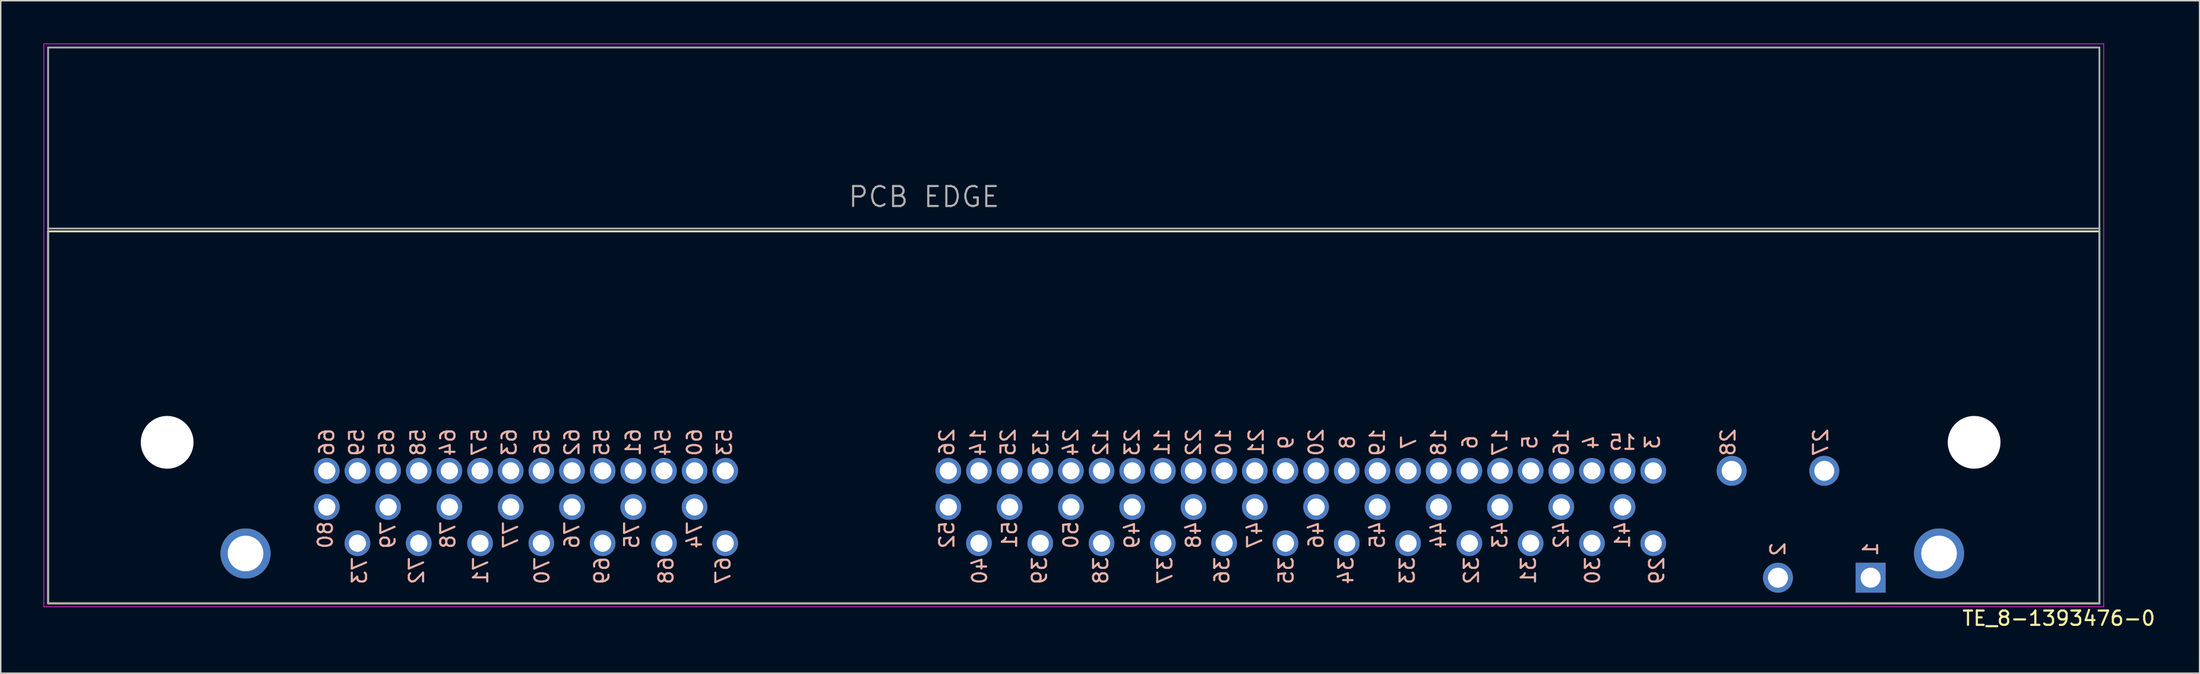
<source format=kicad_pcb>
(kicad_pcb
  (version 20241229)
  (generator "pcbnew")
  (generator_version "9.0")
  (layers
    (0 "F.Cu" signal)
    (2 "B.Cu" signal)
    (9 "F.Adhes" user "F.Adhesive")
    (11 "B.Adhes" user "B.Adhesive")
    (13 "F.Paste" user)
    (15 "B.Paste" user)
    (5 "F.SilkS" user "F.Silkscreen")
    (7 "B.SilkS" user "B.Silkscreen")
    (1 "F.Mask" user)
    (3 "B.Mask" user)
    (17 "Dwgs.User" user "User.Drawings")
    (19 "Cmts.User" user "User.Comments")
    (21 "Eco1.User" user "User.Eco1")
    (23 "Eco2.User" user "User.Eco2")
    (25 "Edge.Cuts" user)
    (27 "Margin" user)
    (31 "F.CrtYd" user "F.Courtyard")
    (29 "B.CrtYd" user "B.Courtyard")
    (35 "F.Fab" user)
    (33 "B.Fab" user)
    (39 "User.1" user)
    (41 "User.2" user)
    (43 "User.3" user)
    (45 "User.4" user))
  (footprint "TE_8-1393476-0"
    (layer "F.Cu")
    (at 128.175 37.485)
    (property "Reference" "TE_8-1393476-0" (at 13.2 2.85 180) (layer "F.SilkS") (effects (font (size 1.002 1.002) (thickness 0.15))))
    (attr through_hole)
    (fp_line (start -127.85 -24.3) (end -127.85 1.8) (stroke (width 0.127) (type solid)) (layer "F.SilkS"))
    (fp_line (start -127.85 1.8) (end 16.05 1.8) (stroke (width 0.127) (type solid)) (layer "F.SilkS"))
    (fp_line (start 16.05 -24.3) (end -127.85 -24.3) (stroke (width 0.127) (type solid)) (layer "F.SilkS"))
    (fp_line (start 16.05 1.8) (end 16.05 -24.3) (stroke (width 0.127) (type solid)) (layer "F.SilkS"))
    (fp_line (start -128.15 -37.46) (end -128.15 2.04) (stroke (width 0.05) (type solid)) (layer "F.CrtYd"))
    (fp_line (start -128.15 2.04) (end 16.35 2.04) (stroke (width 0.05) (type solid)) (layer "F.CrtYd"))
    (fp_line (start 16.35 -37.46) (end -128.15 -37.46) (stroke (width 0.05) (type solid)) (layer "F.CrtYd"))
    (fp_line (start 16.35 2.04) (end 16.35 -37.46) (stroke (width 0.05) (type solid)) (layer "F.CrtYd"))
    (fp_line (start -127.85 -37.2) (end -127.85 -24.5) (stroke (width 0.127) (type solid)) (layer "F.Fab"))
    (fp_line (start -127.85 -24.5) (end -127.85 1.8) (stroke (width 0.127) (type solid)) (layer "F.Fab"))
    (fp_line (start -127.85 1.8) (end 16.05 1.8) (stroke (width 0.127) (type solid)) (layer "F.Fab"))
    (fp_line (start 16.05 -37.2) (end -127.85 -37.2) (stroke (width 0.127) (type solid)) (layer "F.Fab"))
    (fp_line (start 16.05 -24.5) (end -127.85 -24.5) (stroke (width 0.127) (type solid)) (layer "F.Fab"))
    (fp_line (start 16.05 -24.5) (end 16.05 -37.2) (stroke (width 0.127) (type solid)) (layer "F.Fab"))
    (fp_line (start 16.05 1.8) (end 16.05 -24.5) (stroke (width 0.127) (type solid)) (layer "F.Fab"))
    (fp_text user "76" (at -91.1 -3 90) (unlocked yes) (layer "B.SilkS") (effects (font (size 1 1) (thickness 0.15)) (justify mirror)))
    (fp_text user "53" (at -80.4 -9.5 90) (unlocked yes) (layer "B.SilkS") (effects (font (size 1 1) (thickness 0.15)) (justify mirror)))
    (fp_text user "52" (at -64.8 -3 90) (unlocked yes) (layer "B.SilkS") (effects (font (size 1 1) (thickness 0.15)) (justify mirror)))
    (fp_text user "54" (at -84.7 -9.5 90) (unlocked yes) (layer "B.SilkS") (effects (font (size 1 1) (thickness 0.15)) (justify mirror)))
    (fp_text user "65" (at -104.1 -9.5 90) (unlocked yes) (layer "B.SilkS") (effects (font (size 1 1) (thickness 0.15)) (justify mirror)))
    (fp_text user "60" (at -82.5 -9.5 90) (unlocked yes) (layer "B.SilkS") (effects (font (size 1 1) (thickness 0.15)) (justify mirror)))
    (fp_text user "7" (at -32.4 -9.5 90) (unlocked yes) (layer "B.SilkS") (effects (font (size 1 1) (thickness 0.15)) (justify mirror)))
    (fp_text user "56" (at -93.2 -9.5 90) (unlocked yes) (layer "B.SilkS") (effects (font (size 1 1) (thickness 0.15)) (justify mirror)))
    (fp_text user "49" (at -51.8 -3 90) (unlocked yes) (layer "B.SilkS") (effects (font (size 1 1) (thickness 0.15)) (justify mirror)))
    (fp_text user "36" (at -45.5 -0.5 90) (unlocked yes) (layer "B.SilkS") (effects (font (size 1 1) (thickness 0.15)) (justify mirror)))
    (fp_text user "5" (at -23.9 -9.5 90) (unlocked yes) (layer "B.SilkS") (effects (font (size 1 1) (thickness 0.15)) (justify mirror)))
    (fp_text user "75" (at -86.9 -3 90) (unlocked yes) (layer "B.SilkS") (effects (font (size 1 1) (thickness 0.15)) (justify mirror)))
    (fp_text user "61" (at -86.8 -9.5 90) (unlocked yes) (layer "B.SilkS") (effects (font (size 1 1) (thickness 0.15)) (justify mirror)))
    (fp_text user "71" (at -97.5 -0.5 90) (unlocked yes) (layer "B.SilkS") (effects (font (size 1 1) (thickness 0.15)) (justify mirror)))
    (fp_text user "11" (at -49.7 -9.5 90) (unlocked yes) (layer "B.SilkS") (effects (font (size 1 1) (thickness 0.15)) (justify mirror)))
    (fp_text user "55" (at -89 -9.5 90) (unlocked yes) (layer "B.SilkS") (effects (font (size 1 1) (thickness 0.15)) (justify mirror)))
    (fp_text user "14" (at -62.6 -9.5 90) (unlocked yes) (layer "B.SilkS") (effects (font (size 1 1) (thickness 0.15)) (justify mirror)))
    (fp_text user "3" (at -15.3 -9.5 90) (unlocked yes) (layer "B.SilkS") (effects (font (size 1 1) (thickness 0.15)) (justify mirror)))
    (fp_text user "34" (at -36.8 -0.5 90) (unlocked yes) (layer "B.SilkS") (effects (font (size 1 1) (thickness 0.15)) (justify mirror)))
    (fp_text user "21" (at -43.1 -9.5 90) (unlocked yes) (layer "B.SilkS") (effects (font (size 1 1) (thickness 0.15)) (justify mirror)))
    (fp_text user "79" (at -104 -3 90) (unlocked yes) (layer "B.SilkS") (effects (font (size 1 1) (thickness 0.15)) (justify mirror)))
    (fp_text user "73" (at -106 -0.5 90) (unlocked yes) (layer "B.SilkS") (effects (font (size 1 1) (thickness 0.15)) (justify mirror)))
    (fp_text user "70" (at -93.2 -0.5 90) (unlocked yes) (layer "B.SilkS") (effects (font (size 1 1) (thickness 0.15)) (justify mirror)))
    (fp_text user "39" (at -58.3 -0.5 90) (unlocked yes) (layer "B.SilkS") (effects (font (size 1 1) (thickness 0.15)) (justify mirror)))
    (fp_text user "62" (at -91.1 -9.5 90) (unlocked yes) (layer "B.SilkS") (effects (font (size 1 1) (thickness 0.15)) (justify mirror)))
    (fp_text user "41" (at -17.4 -3 90) (unlocked yes) (layer "B.SilkS") (effects (font (size 1 1) (thickness 0.15)) (justify mirror)))
    (fp_text user "69" (at -89 -0.5 90) (unlocked yes) (layer "B.SilkS") (effects (font (size 1 1) (thickness 0.15)) (justify mirror)))
    (fp_text user "30" (at -19.5 -0.5 90) (unlocked yes) (layer "B.SilkS") (effects (font (size 1 1) (thickness 0.15)) (justify mirror)))
    (fp_text user "67" (at -80.5 -0.5 90) (unlocked yes) (layer "B.SilkS") (effects (font (size 1 1) (thickness 0.15)) (justify mirror)))
    (fp_text user "47" (at -43.2 -3 90) (unlocked yes) (layer "B.SilkS") (effects (font (size 1 1) (thickness 0.15)) (justify mirror)))
    (fp_text user "25" (at -60.5 -9.5 90) (unlocked yes) (layer "B.SilkS") (effects (font (size 1 1) (thickness 0.15)) (justify mirror)))
    (fp_text user "29" (at -15 -0.5 90) (unlocked yes) (layer "B.SilkS") (effects (font (size 1 1) (thickness 0.15)) (justify mirror)))
    (fp_text user "4" (at -19.6 -9.5 90) (unlocked yes) (layer "B.SilkS") (effects (font (size 1 1) (thickness 0.15)) (justify mirror)))
    (fp_text user "23" (at -51.8 -9.5 90) (unlocked yes) (layer "B.SilkS") (effects (font (size 1 1) (thickness 0.15)) (justify mirror)))
    (fp_text user "18" (at -30.3 -9.5 90) (unlocked yes) (layer "B.SilkS") (effects (font (size 1 1) (thickness 0.15)) (justify mirror)))
    (fp_text user "78" (at -99.8 -3 90) (unlocked yes) (layer "B.SilkS") (effects (font (size 1 1) (thickness 0.15)) (justify mirror)))
    (fp_text user "22" (at -47.5 -9.5 90) (unlocked yes) (layer "B.SilkS") (effects (font (size 1 1) (thickness 0.15)) (justify mirror)))
    (fp_text user "57" (at -97.6 -9.5 90) (unlocked yes) (layer "B.SilkS") (effects (font (size 1 1) (thickness 0.15)) (justify mirror)))
    (fp_text user "24" (at -56.1 -9.5 90) (unlocked yes) (layer "B.SilkS") (effects (font (size 1 1) (thickness 0.15)) (justify mirror)))
    (fp_text user "46" (at -38.9 -3 90) (unlocked yes) (layer "B.SilkS") (effects (font (size 1 1) (thickness 0.15)) (justify mirror)))
    (fp_text user "8" (at -36.7 -9.5 90) (unlocked yes) (layer "B.SilkS") (effects (font (size 1 1) (thickness 0.15)) (justify mirror)))
    (fp_text user "50" (at -56.1 -3 90) (unlocked yes) (layer "B.SilkS") (effects (font (size 1 1) (thickness 0.15)) (justify mirror)))
    (fp_text user "40" (at -62.5 -0.5 90) (unlocked yes) (layer "B.SilkS") (effects (font (size 1 1) (thickness 0.15)) (justify mirror)))
    (fp_text user "63" (at -95.5 -9.5 90) (unlocked yes) (layer "B.SilkS") (effects (font (size 1 1) (thickness 0.15)) (justify mirror)))
    (fp_text user "2" (at -6.5 -2 90) (unlocked yes) (layer "B.SilkS") (effects (font (size 1 1) (thickness 0.15)) (justify mirror)))
    (fp_text user "12" (at -54 -9.5 90) (unlocked yes) (layer "B.SilkS") (effects (font (size 1 1) (thickness 0.15)) (justify mirror)))
    (fp_text user "68" (at -84.5 -0.5 90) (unlocked yes) (layer "B.SilkS") (effects (font (size 1 1) (thickness 0.15)) (justify mirror)))
    (fp_text user "32" (at -28 -0.5 90) (unlocked yes) (layer "B.SilkS") (effects (font (size 1 1) (thickness 0.15)) (justify mirror)))
    (fp_text user "80" (at -108.4 -3 90) (unlocked yes) (layer "B.SilkS") (effects (font (size 1 1) (thickness 0.15)) (justify mirror)))
    (fp_text user "45" (at -34.6 -3 90) (unlocked yes) (layer "B.SilkS") (effects (font (size 1 1) (thickness 0.15)) (justify mirror)))
    (fp_text user "37" (at -49.5 -0.5 90) (unlocked yes) (layer "B.SilkS") (effects (font (size 1 1) (thickness 0.15)) (justify mirror)))
    (fp_text user "31" (at -24 -0.5 90) (unlocked yes) (layer "B.SilkS") (effects (font (size 1 1) (thickness 0.15)) (justify mirror)))
    (fp_text user "6" (at -28.1 -9.5 90) (unlocked yes) (layer "B.SilkS") (effects (font (size 1 1) (thickness 0.15)) (justify mirror)))
    (fp_text user "42" (at -21.7 -3 90) (unlocked yes) (layer "B.SilkS") (effects (font (size 1 1) (thickness 0.15)) (justify mirror)))
    (fp_text user "15" (at -17.4 -9.5 0) (unlocked yes) (layer "B.SilkS") (effects (font (size 1 1) (thickness 0.15)) (justify mirror)))
    (fp_text user "13" (at -58.2 -9.5 90) (unlocked yes) (layer "B.SilkS") (effects (font (size 1 1) (thickness 0.15)) (justify mirror)))
    (fp_text user "35" (at -41 -0.5 90) (unlocked yes) (layer "B.SilkS") (effects (font (size 1 1) (thickness 0.15)) (justify mirror)))
    (fp_text user "10" (at -45.4 -9.5 90) (unlocked yes) (layer "B.SilkS") (effects (font (size 1 1) (thickness 0.15)) (justify mirror)))
    (fp_text user "17" (at -26 -9.5 90) (unlocked yes) (layer "B.SilkS") (effects (font (size 1 1) (thickness 0.15)) (justify mirror)))
    (fp_text user "66" (at -108.3 -9.5 90) (unlocked yes) (layer "B.SilkS") (effects (font (size 1 1) (thickness 0.15)) (justify mirror)))
    (fp_text user "19" (at -34.6 -9.5 90) (unlocked yes) (layer "B.SilkS") (effects (font (size 1 1) (thickness 0.15)) (justify mirror)))
    (fp_text user "64" (at -99.8 -9.5 90) (unlocked yes) (layer "B.SilkS") (effects (font (size 1 1) (thickness 0.15)) (justify mirror)))
    (fp_text user "77" (at -95.4 -3 90) (unlocked yes) (layer "B.SilkS") (effects (font (size 1 1) (thickness 0.15)) (justify mirror)))
    (fp_text user "28" (at -10 -9.5 90) (unlocked yes) (layer "B.SilkS") (effects (font (size 1 1) (thickness 0.15)) (justify mirror)))
    (fp_text user "9" (at -41 -9.5 90) (unlocked yes) (layer "B.SilkS") (effects (font (size 1 1) (thickness 0.15)) (justify mirror)))
    (fp_text user "74" (at -82.5 -3 90) (unlocked yes) (layer "B.SilkS") (effects (font (size 1 1) (thickness 0.15)) (justify mirror)))
    (fp_text user "72" (at -102 -0.5 90) (unlocked yes) (layer "B.SilkS") (effects (font (size 1 1) (thickness 0.15)) (justify mirror)))
    (fp_text user "43" (at -26 -3 90) (unlocked yes) (layer "B.SilkS") (effects (font (size 1 1) (thickness 0.15)) (justify mirror)))
    (fp_text user "44" (at -30.3 -3 90) (unlocked yes) (layer "B.SilkS") (effects (font (size 1 1) (thickness 0.15)) (justify mirror)))
    (fp_text user "48" (at -47.5 -3 90) (unlocked yes) (layer "B.SilkS") (effects (font (size 1 1) (thickness 0.15)) (justify mirror)))
    (fp_text user "58" (at -101.9 -9.5 90) (unlocked yes) (layer "B.SilkS") (effects (font (size 1 1) (thickness 0.15)) (justify mirror)))
    (fp_text user "33" (at -32.5 -0.5 90) (unlocked yes) (layer "B.SilkS") (effects (font (size 1 1) (thickness 0.15)) (justify mirror)))
    (fp_text user "20" (at -38.9 -9.5 90) (unlocked yes) (layer "B.SilkS") (effects (font (size 1 1) (thickness 0.15)) (justify mirror)))
    (fp_text user "27" (at -3.5 -9.5 90) (unlocked yes) (layer "B.SilkS") (effects (font (size 1 1) (thickness 0.15)) (justify mirror)))
    (fp_text user "59" (at -106.2 -9.5 90) (unlocked yes) (layer "B.SilkS") (effects (font (size 1 1) (thickness 0.15)) (justify mirror)))
    (fp_text user "26" (at -64.8 -9.5 90) (unlocked yes) (layer "B.SilkS") (effects (font (size 1 1) (thickness 0.15)) (justify mirror)))
    (fp_text user "16" (at -21.7 -9.5 90) (unlocked yes) (layer "B.SilkS") (effects (font (size 1 1) (thickness 0.15)) (justify mirror)))
    (fp_text user "1" (at 0 -2 90) (unlocked yes) (layer "B.SilkS") (effects (font (size 1 1) (thickness 0.15)) (justify mirror)))
    (fp_text user "51" (at -60.4 -3 90) (unlocked yes) (layer "B.SilkS") (effects (font (size 1 1) (thickness 0.15)) (justify mirror)))
    (fp_text user "38" (at -54 -0.5 90) (unlocked yes) (layer "B.SilkS") (effects (font (size 1 1) (thickness 0.15)) (justify mirror)))
    (fp_text user "PCB EDGE" (at -66.406 -26.723 180) (layer "F.Fab") (effects (font (size 1.401 1.401) (thickness 0.15))))
    (pad "" np_thru_hole circle (at -119.5 -9.5 180) (size 3.7 3.7) (drill 3.7) (layers "*.Cu" "*.Mask"))
    (pad "" np_thru_hole circle (at 7.26 -9.5 180) (size 3.7 3.7) (drill 3.7) (layers "*.Cu" "*.Mask"))
    (pad "1" thru_hole rect (at 0 0 180) (size 2.1 2.1) (drill 1.4) (layers "*.Cu" "*.Mask"))
    (pad "2" thru_hole circle (at -6.5 0 180) (size 2.1 2.1) (drill 1.4) (layers "*.Cu" "*.Mask"))
    (pad "3" thru_hole circle (at -15.25 -7.5 180) (size 1.8 1.8) (drill 1.2) (layers "*.Cu" "*.Mask"))
    (pad "4" thru_hole circle (at -19.55 -7.5 180) (size 1.8 1.8) (drill 1.2) (layers "*.Cu" "*.Mask"))
    (pad "5" thru_hole circle (at -23.85 -7.5 180) (size 1.8 1.8) (drill 1.2) (layers "*.Cu" "*.Mask"))
    (pad "6" thru_hole circle (at -28.15 -7.5 180) (size 1.8 1.8) (drill 1.2) (layers "*.Cu" "*.Mask"))
    (pad "7" thru_hole circle (at -32.45 -7.5 180) (size 1.8 1.8) (drill 1.2) (layers "*.Cu" "*.Mask"))
    (pad "8" thru_hole circle (at -36.75 -7.5 180) (size 1.8 1.8) (drill 1.2) (layers "*.Cu" "*.Mask"))
    (pad "9" thru_hole circle (at -41.05 -7.5 180) (size 1.8 1.8) (drill 1.2) (layers "*.Cu" "*.Mask"))
    (pad "10" thru_hole circle (at -45.35 -7.5 180) (size 1.8 1.8) (drill 1.2) (layers "*.Cu" "*.Mask"))
    (pad "11" thru_hole circle (at -49.65 -7.5 180) (size 1.8 1.8) (drill 1.2) (layers "*.Cu" "*.Mask"))
    (pad "12" thru_hole circle (at -53.95 -7.5 180) (size 1.8 1.8) (drill 1.2) (layers "*.Cu" "*.Mask"))
    (pad "13" thru_hole circle (at -58.25 -7.5 180) (size 1.8 1.8) (drill 1.2) (layers "*.Cu" "*.Mask"))
    (pad "14" thru_hole circle (at -62.55 -7.5 180) (size 1.8 1.8) (drill 1.2) (layers "*.Cu" "*.Mask"))
    (pad "15" thru_hole circle (at -17.4 -7.5 180) (size 1.8 1.8) (drill 1.2) (layers "*.Cu" "*.Mask"))
    (pad "16" thru_hole circle (at -21.7 -7.5 180) (size 1.8 1.8) (drill 1.2) (layers "*.Cu" "*.Mask"))
    (pad "17" thru_hole circle (at -26 -7.5 180) (size 1.8 1.8) (drill 1.2) (layers "*.Cu" "*.Mask"))
    (pad "18" thru_hole circle (at -30.3 -7.5 180) (size 1.8 1.8) (drill 1.2) (layers "*.Cu" "*.Mask"))
    (pad "19" thru_hole circle (at -34.6 -7.5 180) (size 1.8 1.8) (drill 1.2) (layers "*.Cu" "*.Mask"))
    (pad "20" thru_hole circle (at -38.9 -7.5 180) (size 1.8 1.8) (drill 1.2) (layers "*.Cu" "*.Mask"))
    (pad "21" thru_hole circle (at -43.2 -7.5 180) (size 1.8 1.8) (drill 1.2) (layers "*.Cu" "*.Mask"))
    (pad "22" thru_hole circle (at -47.5 -7.5 180) (size 1.8 1.8) (drill 1.2) (layers "*.Cu" "*.Mask"))
    (pad "23" thru_hole circle (at -51.8 -7.5 180) (size 1.8 1.8) (drill 1.2) (layers "*.Cu" "*.Mask"))
    (pad "24" thru_hole circle (at -56.1 -7.5 180) (size 1.8 1.8) (drill 1.2) (layers "*.Cu" "*.Mask"))
    (pad "25" thru_hole circle (at -60.4 -7.5 180) (size 1.8 1.8) (drill 1.2) (layers "*.Cu" "*.Mask"))
    (pad "26" thru_hole circle (at -64.7 -7.5 180) (size 1.8 1.8) (drill 1.2) (layers "*.Cu" "*.Mask"))
    (pad "27" thru_hole circle (at -3.25 -7.5 180) (size 2.1 2.1) (drill 1.4) (layers "*.Cu" "*.Mask"))
    (pad "28" thru_hole circle (at -9.75 -7.5 180) (size 2.1 2.1) (drill 1.4) (layers "*.Cu" "*.Mask"))
    (pad "29" thru_hole circle (at -15.25 -2.42 180) (size 1.8 1.8) (drill 1.2) (layers "*.Cu" "*.Mask"))
    (pad "30" thru_hole circle (at -19.55 -2.42 180) (size 1.8 1.8) (drill 1.2) (layers "*.Cu" "*.Mask"))
    (pad "31" thru_hole circle (at -23.85 -2.42 180) (size 1.8 1.8) (drill 1.2) (layers "*.Cu" "*.Mask"))
    (pad "32" thru_hole circle (at -28.15 -2.42 180) (size 1.8 1.8) (drill 1.2) (layers "*.Cu" "*.Mask"))
    (pad "33" thru_hole circle (at -32.45 -2.42 180) (size 1.8 1.8) (drill 1.2) (layers "*.Cu" "*.Mask"))
    (pad "34" thru_hole circle (at -36.75 -2.42 180) (size 1.8 1.8) (drill 1.2) (layers "*.Cu" "*.Mask"))
    (pad "35" thru_hole circle (at -41.05 -2.42 180) (size 1.8 1.8) (drill 1.2) (layers "*.Cu" "*.Mask"))
    (pad "36" thru_hole circle (at -45.35 -2.42 180) (size 1.8 1.8) (drill 1.2) (layers "*.Cu" "*.Mask"))
    (pad "37" thru_hole circle (at -49.65 -2.42 180) (size 1.8 1.8) (drill 1.2) (layers "*.Cu" "*.Mask"))
    (pad "38" thru_hole circle (at -53.95 -2.42 180) (size 1.8 1.8) (drill 1.2) (layers "*.Cu" "*.Mask"))
    (pad "39" thru_hole circle (at -58.25 -2.42 180) (size 1.8 1.8) (drill 1.2) (layers "*.Cu" "*.Mask"))
    (pad "40" thru_hole circle (at -62.55 -2.42 180) (size 1.8 1.8) (drill 1.2) (layers "*.Cu" "*.Mask"))
    (pad "41" thru_hole circle (at -17.4 -4.96 180) (size 1.8 1.8) (drill 1.2) (layers "*.Cu" "*.Mask"))
    (pad "42" thru_hole circle (at -21.7 -4.96 180) (size 1.8 1.8) (drill 1.2) (layers "*.Cu" "*.Mask"))
    (pad "43" thru_hole circle (at -26 -4.96 180) (size 1.8 1.8) (drill 1.2) (layers "*.Cu" "*.Mask"))
    (pad "44" thru_hole circle (at -30.3 -4.96 180) (size 1.8 1.8) (drill 1.2) (layers "*.Cu" "*.Mask"))
    (pad "45" thru_hole circle (at -34.6 -4.96 180) (size 1.8 1.8) (drill 1.2) (layers "*.Cu" "*.Mask"))
    (pad "46" thru_hole circle (at -38.9 -4.96 180) (size 1.8 1.8) (drill 1.2) (layers "*.Cu" "*.Mask"))
    (pad "47" thru_hole circle (at -43.2 -4.96 180) (size 1.8 1.8) (drill 1.2) (layers "*.Cu" "*.Mask"))
    (pad "48" thru_hole circle (at -47.5 -4.96 180) (size 1.8 1.8) (drill 1.2) (layers "*.Cu" "*.Mask"))
    (pad "49" thru_hole circle (at -51.8 -4.96 180) (size 1.8 1.8) (drill 1.2) (layers "*.Cu" "*.Mask"))
    (pad "50" thru_hole circle (at -56.1 -4.96 180) (size 1.8 1.8) (drill 1.2) (layers "*.Cu" "*.Mask"))
    (pad "51" thru_hole circle (at -60.4 -4.96 180) (size 1.8 1.8) (drill 1.2) (layers "*.Cu" "*.Mask"))
    (pad "52" thru_hole circle (at -64.7 -4.96 180) (size 1.8 1.8) (drill 1.2) (layers "*.Cu" "*.Mask"))
    (pad "53" thru_hole circle (at -80.35 -7.5 180) (size 1.8 1.8) (drill 1.2) (layers "*.Cu" "*.Mask"))
    (pad "54" thru_hole circle (at -84.65 -7.5 180) (size 1.8 1.8) (drill 1.2) (layers "*.Cu" "*.Mask"))
    (pad "55" thru_hole circle (at -88.95 -7.5 180) (size 1.8 1.8) (drill 1.2) (layers "*.Cu" "*.Mask"))
    (pad "56" thru_hole circle (at -93.25 -7.5 180) (size 1.8 1.8) (drill 1.2) (layers "*.Cu" "*.Mask"))
    (pad "57" thru_hole circle (at -97.55 -7.5 180) (size 1.8 1.8) (drill 1.2) (layers "*.Cu" "*.Mask"))
    (pad "58" thru_hole circle (at -101.85 -7.5 180) (size 1.8 1.8) (drill 1.2) (layers "*.Cu" "*.Mask"))
    (pad "59" thru_hole circle (at -106.15 -7.5 180) (size 1.8 1.8) (drill 1.2) (layers "*.Cu" "*.Mask"))
    (pad "60" thru_hole circle (at -82.5 -7.5 180) (size 1.8 1.8) (drill 1.2) (layers "*.Cu" "*.Mask"))
    (pad "61" thru_hole circle (at -86.8 -7.5 180) (size 1.8 1.8) (drill 1.2) (layers "*.Cu" "*.Mask"))
    (pad "62" thru_hole circle (at -91.1 -7.5 180) (size 1.8 1.8) (drill 1.2) (layers "*.Cu" "*.Mask"))
    (pad "63" thru_hole circle (at -95.4 -7.5 180) (size 1.8 1.8) (drill 1.2) (layers "*.Cu" "*.Mask"))
    (pad "64" thru_hole circle (at -99.7 -7.5 180) (size 1.8 1.8) (drill 1.2) (layers "*.Cu" "*.Mask"))
    (pad "65" thru_hole circle (at -104 -7.5 180) (size 1.8 1.8) (drill 1.2) (layers "*.Cu" "*.Mask"))
    (pad "66" thru_hole circle (at -108.3 -7.5 180) (size 1.8 1.8) (drill 1.2) (layers "*.Cu" "*.Mask"))
    (pad "67" thru_hole circle (at -80.35 -2.42 180) (size 1.8 1.8) (drill 1.2) (layers "*.Cu" "*.Mask"))
    (pad "68" thru_hole circle (at -84.65 -2.42 180) (size 1.8 1.8) (drill 1.2) (layers "*.Cu" "*.Mask"))
    (pad "69" thru_hole circle (at -88.95 -2.42 180) (size 1.8 1.8) (drill 1.2) (layers "*.Cu" "*.Mask"))
    (pad "70" thru_hole circle (at -93.25 -2.42 180) (size 1.8 1.8) (drill 1.2) (layers "*.Cu" "*.Mask"))
    (pad "71" thru_hole circle (at -97.55 -2.42 180) (size 1.8 1.8) (drill 1.2) (layers "*.Cu" "*.Mask"))
    (pad "72" thru_hole circle (at -101.85 -2.42 180) (size 1.8 1.8) (drill 1.2) (layers "*.Cu" "*.Mask"))
    (pad "73" thru_hole circle (at -106.15 -2.42 180) (size 1.8 1.8) (drill 1.2) (layers "*.Cu" "*.Mask"))
    (pad "74" thru_hole circle (at -82.5 -4.96 180) (size 1.8 1.8) (drill 1.2) (layers "*.Cu" "*.Mask"))
    (pad "75" thru_hole circle (at -86.8 -4.96 180) (size 1.8 1.8) (drill 1.2) (layers "*.Cu" "*.Mask"))
    (pad "76" thru_hole circle (at -91.1 -4.96 180) (size 1.8 1.8) (drill 1.2) (layers "*.Cu" "*.Mask"))
    (pad "77" thru_hole circle (at -95.4 -4.96 180) (size 1.8 1.8) (drill 1.2) (layers "*.Cu" "*.Mask"))
    (pad "78" thru_hole circle (at -99.7 -4.96 180) (size 1.8 1.8) (drill 1.2) (layers "*.Cu" "*.Mask"))
    (pad "79" thru_hole circle (at -104 -4.96 180) (size 1.8 1.8) (drill 1.2) (layers "*.Cu" "*.Mask"))
    (pad "80" thru_hole circle (at -108.3 -4.96 180) (size 1.8 1.8) (drill 1.2) (layers "*.Cu" "*.Mask"))
    (pad "81" thru_hole circle (at 4.8 -1.7 180) (size 3.516 3.516) (drill 2.5) (layers "*.Cu" "*.Mask"))
    (pad "82" thru_hole circle (at -114 -1.7 180) (size 3.516 3.516) (drill 2.5) (layers "*.Cu" "*.Mask")))
  (gr_rect
    (start -3 -3)
    (end 151.251 44.185)
    (stroke (width 0.1) (type default))
    (fill no)
    (layer "Edge.Cuts")))
</source>
